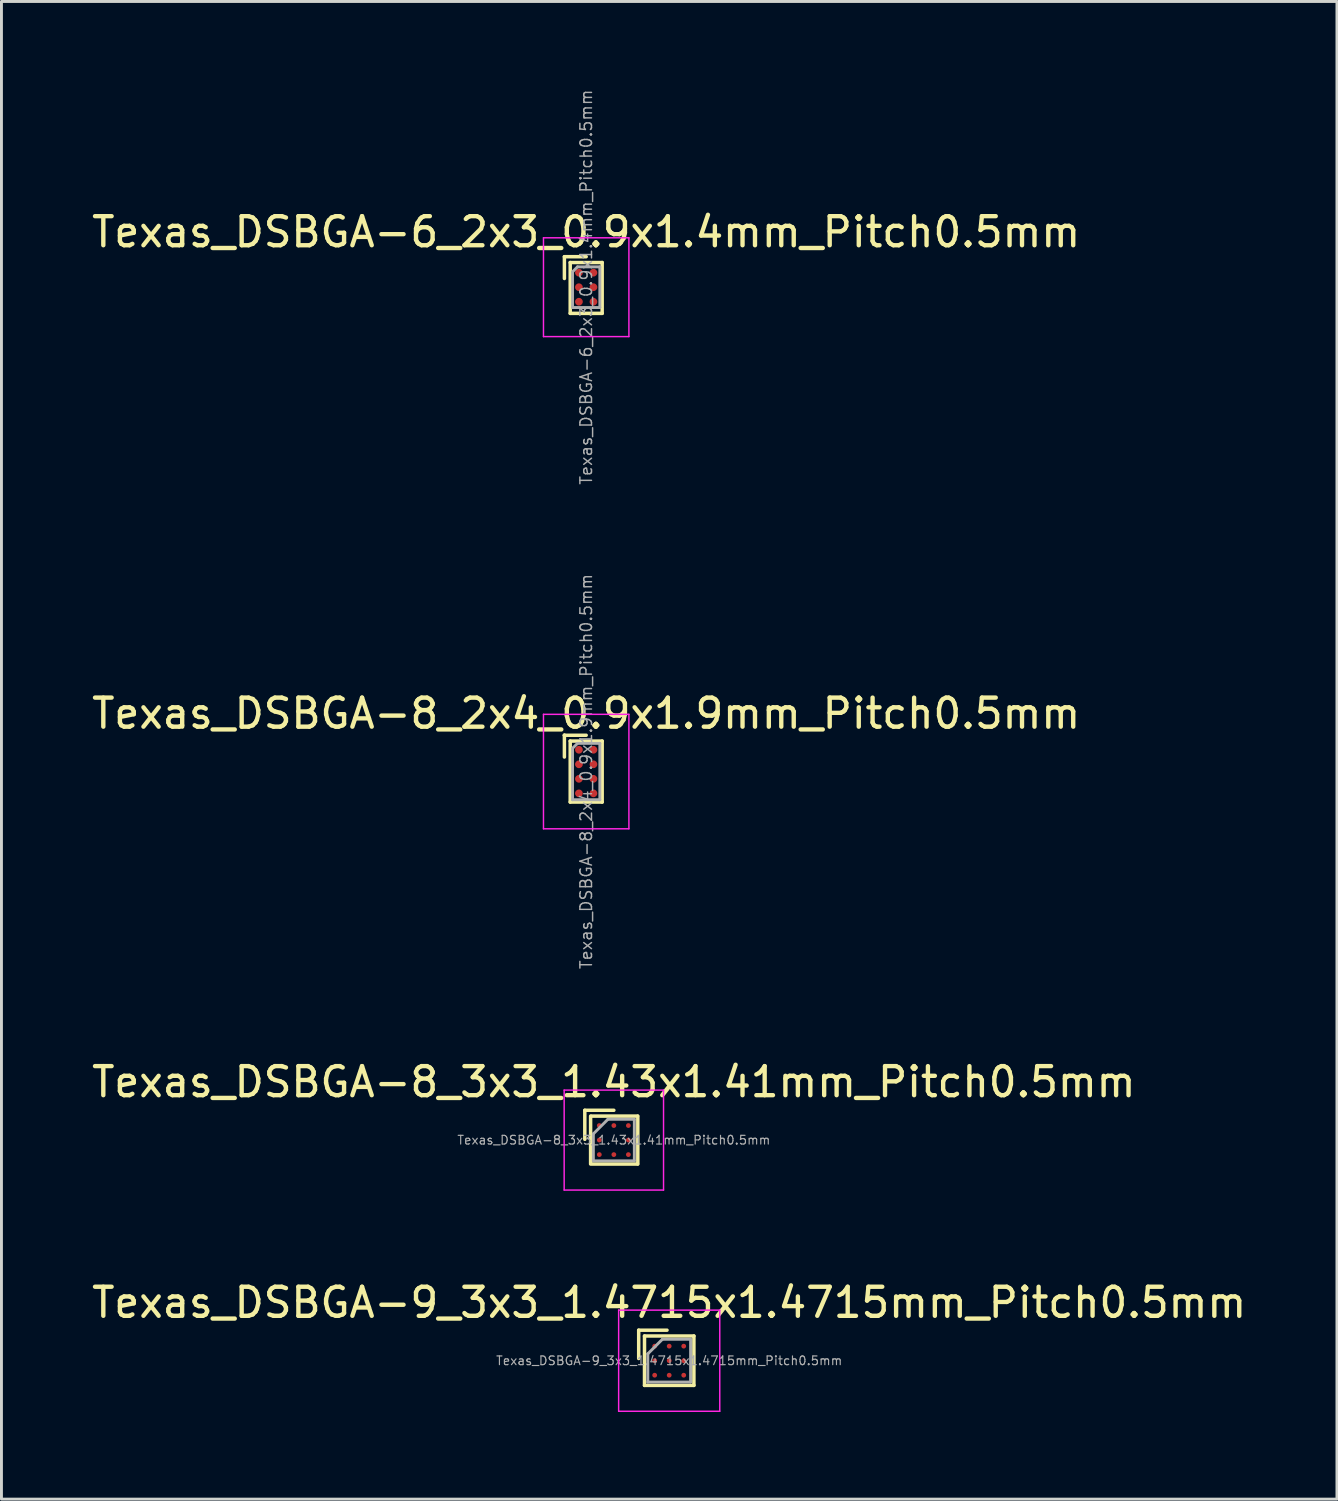
<source format=kicad_pcb>
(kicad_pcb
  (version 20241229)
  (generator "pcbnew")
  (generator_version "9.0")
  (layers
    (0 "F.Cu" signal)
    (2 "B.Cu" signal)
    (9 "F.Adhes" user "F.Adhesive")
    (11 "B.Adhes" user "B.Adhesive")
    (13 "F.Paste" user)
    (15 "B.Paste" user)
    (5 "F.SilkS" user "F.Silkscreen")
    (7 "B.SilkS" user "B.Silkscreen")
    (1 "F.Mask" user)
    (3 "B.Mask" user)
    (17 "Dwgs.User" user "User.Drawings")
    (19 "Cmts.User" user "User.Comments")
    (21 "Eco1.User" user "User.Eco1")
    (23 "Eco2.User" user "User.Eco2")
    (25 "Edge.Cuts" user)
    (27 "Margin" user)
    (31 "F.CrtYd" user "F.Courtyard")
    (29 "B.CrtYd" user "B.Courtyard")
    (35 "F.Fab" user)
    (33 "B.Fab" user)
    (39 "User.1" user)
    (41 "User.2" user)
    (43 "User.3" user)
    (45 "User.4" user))
  (footprint "Texas_DSBGA-8_2x4_0.9x1.9mm_Pitch0.5mm"
    (layer "F.Cu")
    (at 17.125 23.505)
    (property "Reference" "Texas_DSBGA-8_2x4_0.9x1.9mm_Pitch0.5mm" (at 0 -2 0) (layer "F.SilkS") (effects (font (size 1 1) (thickness 0.15))))
    (attr smd)
    (fp_line (start -0.75 -1.25) (end -0.75 -1.25) (stroke (width 0.12) (type solid)) (layer "F.SilkS"))
    (fp_line (start -0.75 -1.25) (end -0.75 -0.5) (stroke (width 0.12) (type solid)) (layer "F.SilkS"))
    (fp_line (start -0.55 -1.05) (end -0.55 1.05) (stroke (width 0.12) (type solid)) (layer "F.SilkS"))
    (fp_line (start -0.55 1.05) (end 0.55 1.05) (stroke (width 0.12) (type solid)) (layer "F.SilkS"))
    (fp_line (start 0 -1.25) (end -0.75 -1.25) (stroke (width 0.12) (type solid)) (layer "F.SilkS"))
    (fp_line (start 0.55 -1.05) (end -0.55 -1.05) (stroke (width 0.12) (type solid)) (layer "F.SilkS"))
    (fp_line (start 0.55 -1.05) (end 0.55 1.05) (stroke (width 0.12) (type solid)) (layer "F.SilkS"))
    (fp_line (start -1.47 -1.97) (end -1.47 1.97) (stroke (width 0.05) (type solid)) (layer "F.CrtYd"))
    (fp_line (start -1.47 1.97) (end 1.47 1.97) (stroke (width 0.05) (type solid)) (layer "F.CrtYd"))
    (fp_line (start 1.47 -1.97) (end -1.47 -1.97) (stroke (width 0.05) (type solid)) (layer "F.CrtYd"))
    (fp_line (start 1.47 1.97) (end 1.47 -1.97) (stroke (width 0.05) (type solid)) (layer "F.CrtYd"))
    (fp_line (start -0.47 -0.8) (end -0.47 0.97) (stroke (width 0.1) (type solid)) (layer "F.Fab"))
    (fp_line (start -0.47 -0.8) (end -0.3 -0.97) (stroke (width 0.1) (type solid)) (layer "F.Fab"))
    (fp_line (start -0.47 0.97) (end 0.47 0.97) (stroke (width 0.1) (type solid)) (layer "F.Fab"))
    (fp_line (start 0.47 -0.97) (end -0.3 -0.97) (stroke (width 0.1) (type solid)) (layer "F.Fab"))
    (fp_line (start 0.47 0.97) (end 0.47 -0.97) (stroke (width 0.1) (type solid)) (layer "F.Fab"))
    (fp_text user "${REFERENCE}" (at 0 0 90) (layer "F.Fab") (effects (font (size 0.4 0.4) (thickness 0.05))))
    (pad "" smd rect (at -0.25 -0.75) (size 0.3 0.3) (layers "F.Paste"))
    (pad "" smd rect (at -0.25 -0.25) (size 0.3 0.3) (layers "F.Paste"))
    (pad "" smd rect (at -0.25 0.25) (size 0.3 0.3) (layers "F.Paste"))
    (pad "" smd rect (at -0.25 0.75) (size 0.3 0.3) (layers "F.Paste"))
    (pad "" smd rect (at 0.25 -0.75) (size 0.3 0.3) (layers "F.Paste"))
    (pad "" smd rect (at 0.25 -0.25) (size 0.3 0.3) (layers "F.Paste"))
    (pad "" smd rect (at 0.25 0.25) (size 0.3 0.3) (layers "F.Paste"))
    (pad "" smd rect (at 0.25 0.75) (size 0.3 0.3) (layers "F.Paste"))
    (pad "A1" smd circle (at -0.25 -0.75) (size 0.265 0.265) (layers "F.Cu" "F.Mask"))
    (pad "A2" smd circle (at 0.25 -0.75) (size 0.265 0.265) (layers "F.Cu" "F.Mask"))
    (pad "B1" smd circle (at -0.25 -0.25) (size 0.265 0.265) (layers "F.Cu" "F.Mask"))
    (pad "B2" smd circle (at 0.25 -0.25) (size 0.265 0.265) (layers "F.Cu" "F.Mask"))
    (pad "C1" smd circle (at -0.25 0.25) (size 0.265 0.265) (layers "F.Cu" "F.Mask"))
    (pad "C2" smd circle (at 0.25 0.25) (size 0.265 0.265) (layers "F.Cu" "F.Mask"))
    (pad "D1" smd circle (at -0.25 0.75) (size 0.265 0.265) (layers "F.Cu" "F.Mask"))
    (pad "D2" smd circle (at 0.25 0.75) (size 0.265 0.265) (layers "F.Cu" "F.Mask")))
  (footprint "Texas_DSBGA-9_3x3_1.4715x1.4715mm_Pitch0.5mm"
    (layer "F.Cu")
    (at 19.982 43.781)
    (property "Reference" "Texas_DSBGA-9_3x3_1.4715x1.4715mm_Pitch0.5mm" (at 0 -2 0) (layer "F.SilkS") (effects (font (size 1 1) (thickness 0.15))))
    (attr smd)
    (fp_line (start -1.05 -1.05) (end -1.05 -0.075) (stroke (width 0.12) (type solid)) (layer "F.SilkS"))
    (fp_line (start -0.85 -0.85) (end -0.85 0.85) (stroke (width 0.12) (type solid)) (layer "F.SilkS"))
    (fp_line (start -0.85 -0.85) (end 0.85 -0.85) (stroke (width 0.12) (type solid)) (layer "F.SilkS"))
    (fp_line (start -0.075 -1.05) (end -1.05 -1.05) (stroke (width 0.12) (type solid)) (layer "F.SilkS"))
    (fp_line (start 0.85 -0.85) (end 0.85 0.85) (stroke (width 0.12) (type solid)) (layer "F.SilkS"))
    (fp_line (start 0.85 0.85) (end -0.85 0.85) (stroke (width 0.12) (type solid)) (layer "F.SilkS"))
    (fp_line (start -1.74 -1.74) (end -1.74 1.74) (stroke (width 0.05) (type solid)) (layer "F.CrtYd"))
    (fp_line (start -1.74 1.74) (end 1.74 1.74) (stroke (width 0.05) (type solid)) (layer "F.CrtYd"))
    (fp_line (start 1.74 -1.74) (end -1.74 -1.74) (stroke (width 0.05) (type solid)) (layer "F.CrtYd"))
    (fp_line (start 1.74 1.74) (end 1.74 -1.74) (stroke (width 0.05) (type solid)) (layer "F.CrtYd"))
    (fp_line (start -0.736 -0.236) (end -0.736 0.736) (stroke (width 0.1) (type solid)) (layer "F.Fab"))
    (fp_line (start -0.736 -0.236) (end -0.236 -0.736) (stroke (width 0.1) (type solid)) (layer "F.Fab"))
    (fp_line (start -0.736 0.736) (end 0.736 0.736) (stroke (width 0.1) (type solid)) (layer "F.Fab"))
    (fp_line (start 0.736 -0.736) (end -0.236 -0.736) (stroke (width 0.1) (type solid)) (layer "F.Fab"))
    (fp_line (start 0.736 0.736) (end 0.736 -0.736) (stroke (width 0.1) (type solid)) (layer "F.Fab"))
    (fp_text user "${REFERENCE}" (at 0 0 0) (layer "F.Fab") (effects (font (size 0.3 0.3) (thickness 0.04))))
    (pad "" smd rect (at -0.5 -0.5) (size 0.3 0.3) (layers "F.Paste"))
    (pad "" smd rect (at -0.5 0) (size 0.3 0.3) (layers "F.Paste"))
    (pad "" smd rect (at -0.5 0.5) (size 0.3 0.3) (layers "F.Paste"))
    (pad "" smd rect (at 0 -0.5) (size 0.3 0.3) (layers "F.Paste"))
    (pad "" smd rect (at 0 0) (size 0.3 0.3) (layers "F.Paste"))
    (pad "" smd rect (at 0 0.5) (size 0.3 0.3) (layers "F.Paste"))
    (pad "" smd rect (at 0.5 -0.5) (size 0.3 0.3) (layers "F.Paste"))
    (pad "" smd rect (at 0.5 0) (size 0.3 0.3) (layers "F.Paste"))
    (pad "" smd rect (at 0.5 0.5) (size 0.3 0.3) (layers "F.Paste"))
    (pad "A1" smd circle (at -0.5 -0.5) (size 0.165 0.165) (layers "F.Cu" "F.Mask"))
    (pad "A2" smd circle (at 0 -0.5) (size 0.165 0.165) (layers "F.Cu" "F.Mask"))
    (pad "A3" smd circle (at 0.5 -0.5) (size 0.165 0.165) (layers "F.Cu" "F.Mask"))
    (pad "B1" smd circle (at -0.5 0) (size 0.165 0.165) (layers "F.Cu" "F.Mask"))
    (pad "B2" smd circle (at 0 0) (size 0.165 0.165) (layers "F.Cu" "F.Mask"))
    (pad "B3" smd circle (at 0.5 0) (size 0.165 0.165) (layers "F.Cu" "F.Mask" "F.Paste"))
    (pad "C1" smd circle (at -0.5 0.5) (size 0.165 0.165) (layers "F.Cu" "F.Mask"))
    (pad "C2" smd circle (at 0 0.5) (size 0.165 0.165) (layers "F.Cu" "F.Mask"))
    (pad "C3" smd circle (at 0.5 0.5) (size 0.165 0.165) (layers "F.Cu" "F.Mask")))
  (footprint "Texas_DSBGA-6_2x3_0.9x1.4mm_Pitch0.5mm"
    (layer "F.Cu")
    (at 17.125 6.835)
    (property "Reference" "Texas_DSBGA-6_2x3_0.9x1.4mm_Pitch0.5mm" (at 0 -1.9 0) (layer "F.SilkS") (effects (font (size 1 1) (thickness 0.15))))
    (attr smd)
    (fp_line (start -0.75 -1.05) (end -0.75 -0.3) (stroke (width 0.12) (type solid)) (layer "F.SilkS"))
    (fp_line (start -0.55 -0.85) (end -0.55 0.9) (stroke (width 0.12) (type solid)) (layer "F.SilkS"))
    (fp_line (start -0.55 0.9) (end 0.55 0.9) (stroke (width 0.12) (type solid)) (layer "F.SilkS"))
    (fp_line (start 0 -1.05) (end -0.75 -1.05) (stroke (width 0.12) (type solid)) (layer "F.SilkS"))
    (fp_line (start 0.55 -0.85) (end -0.55 -0.85) (stroke (width 0.12) (type solid)) (layer "F.SilkS"))
    (fp_line (start 0.55 -0.85) (end 0.55 0.9) (stroke (width 0.12) (type solid)) (layer "F.SilkS"))
    (fp_line (start -1.47 -1.7) (end -1.47 1.7) (stroke (width 0.05) (type solid)) (layer "F.CrtYd"))
    (fp_line (start -1.47 -1.7) (end 1.47 -1.7) (stroke (width 0.05) (type solid)) (layer "F.CrtYd"))
    (fp_line (start 1.47 1.7) (end -1.47 1.7) (stroke (width 0.05) (type solid)) (layer "F.CrtYd"))
    (fp_line (start 1.47 1.7) (end 1.47 -1.7) (stroke (width 0.05) (type solid)) (layer "F.CrtYd"))
    (fp_line (start -0.47 -0.53) (end -0.47 0.7) (stroke (width 0.1) (type solid)) (layer "F.Fab"))
    (fp_line (start -0.47 -0.53) (end -0.3 -0.7) (stroke (width 0.1) (type solid)) (layer "F.Fab"))
    (fp_line (start -0.47 0.7) (end 0.47 0.7) (stroke (width 0.1) (type solid)) (layer "F.Fab"))
    (fp_line (start 0.47 -0.7) (end -0.3 -0.7) (stroke (width 0.1) (type solid)) (layer "F.Fab"))
    (fp_line (start 0.47 0.7) (end 0.47 -0.7) (stroke (width 0.1) (type solid)) (layer "F.Fab"))
    (fp_text user "${REFERENCE}" (at 0 0 90) (layer "F.Fab") (effects (font (size 0.4 0.4) (thickness 0.05))))
    (pad "" smd rect (at -0.25 -0.5) (size 0.3 0.3) (layers "F.Paste"))
    (pad "" smd rect (at -0.25 0) (size 0.3 0.3) (layers "F.Paste"))
    (pad "" smd rect (at -0.25 0.5) (size 0.3 0.3) (layers "F.Paste"))
    (pad "" smd rect (at 0.25 -0.5) (size 0.3 0.3) (layers "F.Paste"))
    (pad "" smd rect (at 0.25 0) (size 0.3 0.3) (layers "F.Paste"))
    (pad "" smd rect (at 0.25 0.5) (size 0.3 0.3) (layers "F.Paste"))
    (pad "A1" smd circle (at -0.25 -0.5) (size 0.265 0.265) (layers "F.Cu" "F.Mask"))
    (pad "A2" smd circle (at 0.25 -0.5) (size 0.265 0.265) (layers "F.Cu" "F.Mask"))
    (pad "B1" smd circle (at -0.25 0) (size 0.265 0.265) (layers "F.Cu" "F.Mask"))
    (pad "B2" smd circle (at 0.25 0) (size 0.265 0.265) (layers "F.Cu" "F.Mask"))
    (pad "C1" smd circle (at -0.25 0.5) (size 0.265 0.265) (layers "F.Cu" "F.Mask"))
    (pad "C2" smd circle (at 0.25 0.5) (size 0.265 0.265) (layers "F.Cu" "F.Mask")))
  (footprint "Texas_DSBGA-8_3x3_1.43x1.41mm_Pitch0.5mm"
    (layer "F.Cu")
    (at 18.077 36.188)
    (property "Reference" "Texas_DSBGA-8_3x3_1.43x1.41mm_Pitch0.5mm" (at 0 -2 0) (layer "F.SilkS") (effects (font (size 1 1) (thickness 0.15))))
    (attr smd)
    (fp_line (start -1 -1.025) (end -1 -0.025) (stroke (width 0.12) (type solid)) (layer "F.SilkS"))
    (fp_line (start -0.8 -0.825) (end -0.8 0.8) (stroke (width 0.12) (type solid)) (layer "F.SilkS"))
    (fp_line (start -0.775 -0.825) (end 0.815 -0.825) (stroke (width 0.12) (type solid)) (layer "F.SilkS"))
    (fp_line (start 0 -1.025) (end -1 -1.025) (stroke (width 0.12) (type solid)) (layer "F.SilkS"))
    (fp_line (start 0.815 0.825) (end -0.8 0.825) (stroke (width 0.12) (type solid)) (layer "F.SilkS"))
    (fp_line (start 0.825 -0.825) (end 0.825 0.825) (stroke (width 0.12) (type solid)) (layer "F.SilkS"))
    (fp_line (start -1.71 -1.72) (end -1.71 1.72) (stroke (width 0.05) (type solid)) (layer "F.CrtYd"))
    (fp_line (start -1.71 1.72) (end 1.71 1.72) (stroke (width 0.05) (type solid)) (layer "F.CrtYd"))
    (fp_line (start 1.71 -1.72) (end -1.71 -1.72) (stroke (width 0.05) (type solid)) (layer "F.CrtYd"))
    (fp_line (start 1.71 1.72) (end 1.71 -1.72) (stroke (width 0.05) (type solid)) (layer "F.CrtYd"))
    (fp_line (start -0.705 -0.215) (end -0.705 0.715) (stroke (width 0.1) (type solid)) (layer "F.Fab"))
    (fp_line (start -0.705 -0.215) (end -0.205 -0.715) (stroke (width 0.1) (type solid)) (layer "F.Fab"))
    (fp_line (start -0.705 0.715) (end 0.705 0.715) (stroke (width 0.1) (type solid)) (layer "F.Fab"))
    (fp_line (start 0.705 -0.715) (end -0.205 -0.715) (stroke (width 0.1) (type solid)) (layer "F.Fab"))
    (fp_line (start 0.705 0.715) (end 0.705 -0.715) (stroke (width 0.1) (type solid)) (layer "F.Fab"))
    (fp_text user "${REFERENCE}" (at 0 0 0) (layer "F.Fab") (effects (font (size 0.3 0.3) (thickness 0.04))))
    (pad "" smd rect (at -0.5 -0.5) (size 0.3 0.3) (layers "F.Paste"))
    (pad "" smd rect (at -0.5 0) (size 0.3 0.3) (layers "F.Paste"))
    (pad "" smd rect (at -0.5 0.5) (size 0.3 0.3) (layers "F.Paste"))
    (pad "" smd rect (at 0 -0.5) (size 0.3 0.3) (layers "F.Paste"))
    (pad "" smd rect (at 0 0.5) (size 0.3 0.3) (layers "F.Paste"))
    (pad "" smd rect (at 0.5 -0.5) (size 0.3 0.3) (layers "F.Paste"))
    (pad "" smd rect (at 0.5 0) (size 0.3 0.3) (layers "F.Paste"))
    (pad "" smd rect (at 0.5 0.5) (size 0.3 0.3) (layers "F.Paste"))
    (pad "A1" smd circle (at -0.5 -0.5) (size 0.165 0.165) (layers "F.Cu" "F.Mask"))
    (pad "A2" smd circle (at 0 -0.5) (size 0.165 0.165) (layers "F.Cu" "F.Mask"))
    (pad "A3" smd circle (at 0.5 -0.5) (size 0.165 0.165) (layers "F.Cu" "F.Mask"))
    (pad "B1" smd circle (at -0.5 0) (size 0.165 0.165) (layers "F.Cu" "F.Mask"))
    (pad "B3" smd circle (at 0.5 0) (size 0.165 0.165) (layers "F.Cu" "F.Mask" "F.Paste"))
    (pad "C1" smd circle (at -0.5 0.5) (size 0.165 0.165) (layers "F.Cu" "F.Mask"))
    (pad "C2" smd circle (at 0 0.5) (size 0.165 0.165) (layers "F.Cu" "F.Mask"))
    (pad "C3" smd circle (at 0.5 0.5) (size 0.165 0.165) (layers "F.Cu" "F.Mask")))
  (gr_rect
    (start -3 -3)
    (end 42.964 48.546)
    (stroke (width 0.1) (type default))
    (fill no)
    (layer "Edge.Cuts")))
</source>
